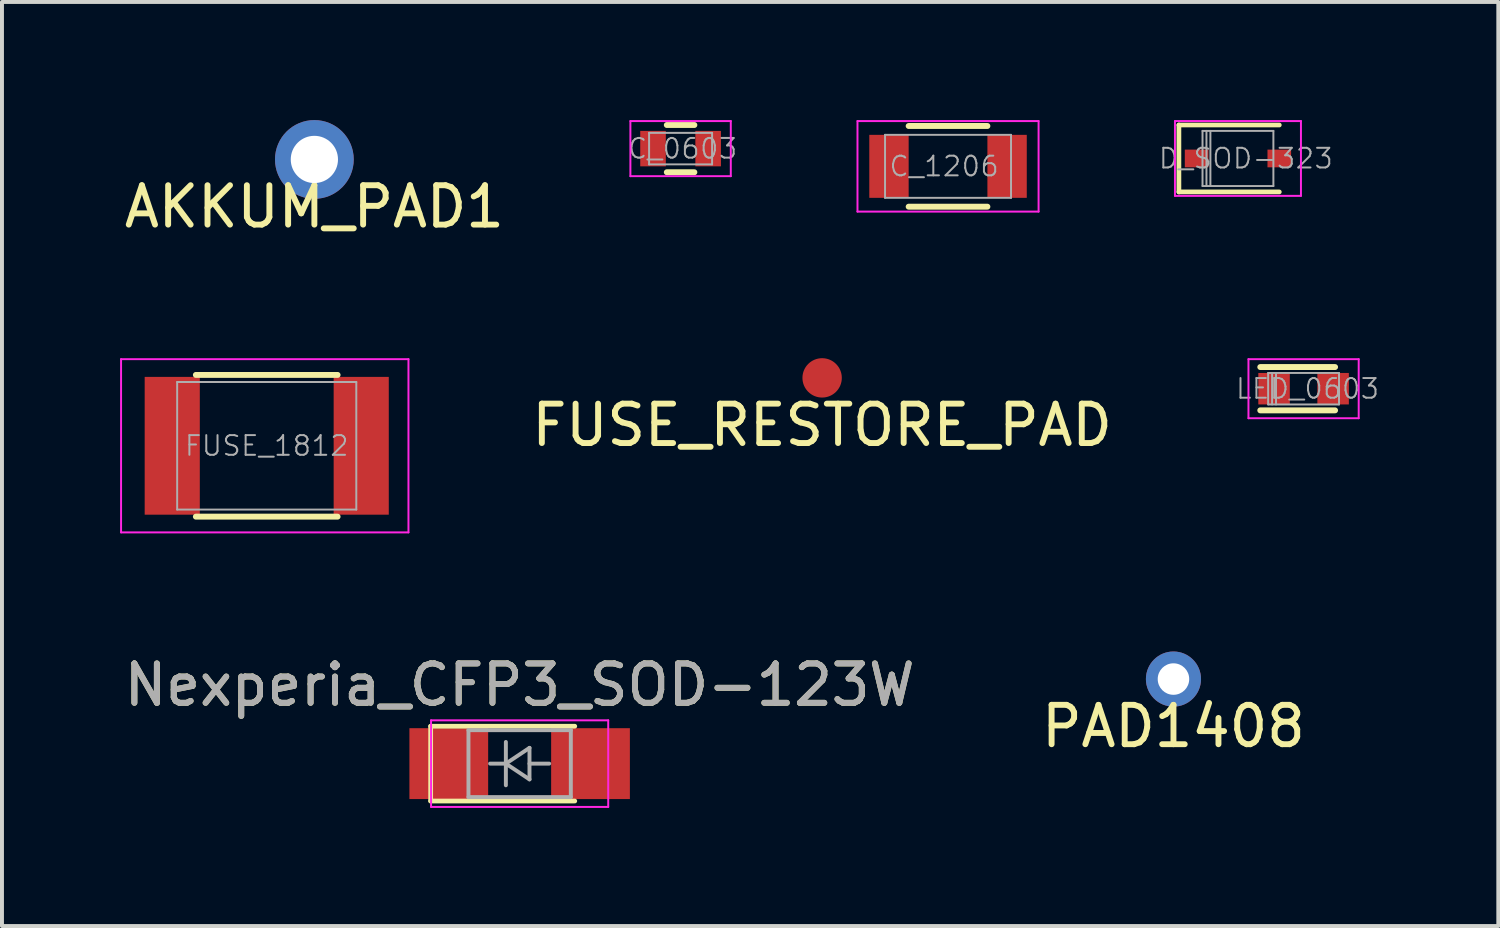
<source format=kicad_pcb>
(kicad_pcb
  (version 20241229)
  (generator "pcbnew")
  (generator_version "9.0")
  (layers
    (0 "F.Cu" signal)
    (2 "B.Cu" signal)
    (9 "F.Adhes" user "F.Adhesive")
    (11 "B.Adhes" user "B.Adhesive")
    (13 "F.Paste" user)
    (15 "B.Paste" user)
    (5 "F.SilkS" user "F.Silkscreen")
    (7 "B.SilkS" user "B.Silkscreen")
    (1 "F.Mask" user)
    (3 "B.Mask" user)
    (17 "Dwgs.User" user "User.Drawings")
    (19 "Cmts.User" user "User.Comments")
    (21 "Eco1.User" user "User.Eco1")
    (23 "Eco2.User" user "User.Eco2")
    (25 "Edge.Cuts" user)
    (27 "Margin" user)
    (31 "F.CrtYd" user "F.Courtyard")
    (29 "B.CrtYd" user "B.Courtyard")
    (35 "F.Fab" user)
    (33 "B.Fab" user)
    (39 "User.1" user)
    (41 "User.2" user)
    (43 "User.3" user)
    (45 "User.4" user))
  (footprint "FUSE_1812"
    (layer "F.Cu")
    (at 3.725 8.273)
    (property "Reference" "FUSE_1812" (at 0 0 0) (layer "F.Fab") (effects (font (size 0.5 0.5) (thickness 0.05))))
    (attr smd)
    (fp_line (start -1.8 1.8) (end 1.8 1.8) (stroke (width 0.15) (type solid)) (layer "F.SilkS"))
    (fp_line (start 1.8 -1.8) (end -1.8 -1.8) (stroke (width 0.15) (type solid)) (layer "F.SilkS"))
    (fp_line (start -3.7 -2.2) (end -3.7 2.2) (stroke (width 0.05) (type solid)) (layer "F.CrtYd"))
    (fp_line (start -3.7 -2.2) (end 3.6 -2.2) (stroke (width 0.05) (type solid)) (layer "F.CrtYd"))
    (fp_line (start -3.7 2.2) (end 3.6 2.2) (stroke (width 0.05) (type solid)) (layer "F.CrtYd"))
    (fp_line (start 3.6 -2.2) (end 3.6 2.2) (stroke (width 0.05) (type solid)) (layer "F.CrtYd"))
    (fp_line (start -2.275 -1.62) (end -2.275 1.62) (stroke (width 0.05) (type solid)) (layer "F.Fab"))
    (fp_line (start -2.275 -1.62) (end 2.275 -1.62) (stroke (width 0.05) (type solid)) (layer "F.Fab"))
    (fp_line (start -2.275 1.62) (end 2.275 1.62) (stroke (width 0.05) (type solid)) (layer "F.Fab"))
    (fp_line (start 2.275 -1.62) (end 2.275 1.62) (stroke (width 0.05) (type solid)) (layer "F.Fab"))
    (pad "1" smd rect (at -2.4 0) (size 1.4 3.5) (layers "F.Cu" "F.Mask" "F.Paste"))
    (pad "2" smd rect (at 2.4 0) (size 1.4 3.5) (layers "F.Cu" "F.Mask" "F.Paste")))
  (footprint "FUSE_RESTORE_PAD"
    (layer "F.Cu")
    (at 17.832 6.548)
    (property "Reference" "FUSE_RESTORE_PAD" (at 0 1.2 0) (layer "F.SilkS") (effects (font (size 1 1) (thickness 0.15))))
    (attr through_hole)
    (pad "1" smd circle (at 0 0) (size 1 1) (layers "F.Cu" "F.Mask")))
  (footprint "LED_0603"
    (layer "F.Cu")
    (at 30.061 6.823)
    (property "Reference" "LED_0603" (at 0.1 0 0) (layer "F.Fab") (effects (font (size 0.5 0.5) (thickness 0.05))))
    (attr smd)
    (fp_line (start -1.1 -0.55) (end 0.8 -0.55) (stroke (width 0.15) (type solid)) (layer "F.SilkS"))
    (fp_line (start -1.1 0.55) (end 0.8 0.55) (stroke (width 0.15) (type solid)) (layer "F.SilkS"))
    (fp_line (start -1.4 -0.75) (end 1.4 -0.75) (stroke (width 0.05) (type solid)) (layer "F.CrtYd"))
    (fp_line (start -1.4 0.75) (end -1.4 -0.75) (stroke (width 0.05) (type solid)) (layer "F.CrtYd"))
    (fp_line (start 1.4 -0.75) (end 1.4 0.75) (stroke (width 0.05) (type solid)) (layer "F.CrtYd"))
    (fp_line (start 1.4 0.75) (end -1.4 0.75) (stroke (width 0.05) (type solid)) (layer "F.CrtYd"))
    (fp_line (start -0.9 -0.4) (end -0.9 0.4) (stroke (width 0.05) (type solid)) (layer "F.Fab"))
    (fp_line (start -0.9 -0.4) (end 0.9 -0.4) (stroke (width 0.05) (type solid)) (layer "F.Fab"))
    (fp_line (start -0.8 0.4) (end -0.8 -0.4) (stroke (width 0.05) (type solid)) (layer "F.Fab"))
    (fp_line (start -0.7 0.4) (end -0.7 -0.4) (stroke (width 0.05) (type solid)) (layer "F.Fab"))
    (fp_line (start 0.9 -0.4) (end 0.9 0.4) (stroke (width 0.05) (type solid)) (layer "F.Fab"))
    (fp_line (start 0.9 0.4) (end -0.9 0.4) (stroke (width 0.05) (type solid)) (layer "F.Fab"))
    (pad "1" smd rect (at -0.75 0 180) (size 0.8 0.8) (layers "F.Cu" "F.Mask" "F.Paste"))
    (pad "2" smd rect (at 0.75 0 180) (size 0.8 0.8) (layers "F.Cu" "F.Mask" "F.Paste")))
  (footprint "C_0603"
    (layer "F.Cu")
    (at 14.237 0.725)
    (property "Reference" "C_0603" (at 0.05 0 0) (layer "F.Fab") (effects (font (size 0.5 0.5) (thickness 0.05))))
    (attr smd)
    (fp_line (start -0.35 -0.6) (end 0.35 -0.6) (stroke (width 0.15) (type solid)) (layer "F.SilkS"))
    (fp_line (start 0.35 0.6) (end -0.35 0.6) (stroke (width 0.15) (type solid)) (layer "F.SilkS"))
    (fp_line (start -1.275 -0.7) (end -1.275 0.7) (stroke (width 0.05) (type solid)) (layer "F.CrtYd"))
    (fp_line (start -1.275 -0.7) (end 1.275 -0.7) (stroke (width 0.05) (type solid)) (layer "F.CrtYd"))
    (fp_line (start -1.275 0.7) (end 1.275 0.7) (stroke (width 0.05) (type solid)) (layer "F.CrtYd"))
    (fp_line (start 1.275 -0.7) (end 1.275 0.7) (stroke (width 0.05) (type solid)) (layer "F.CrtYd"))
    (fp_line (start -0.8 -0.4) (end 0.8 -0.4) (stroke (width 0.05) (type solid)) (layer "F.Fab"))
    (fp_line (start -0.8 0.4) (end -0.8 -0.4) (stroke (width 0.05) (type solid)) (layer "F.Fab"))
    (fp_line (start 0.8 -0.4) (end 0.8 0.4) (stroke (width 0.05) (type solid)) (layer "F.Fab"))
    (fp_line (start 0.8 0.4) (end -0.8 0.4) (stroke (width 0.05) (type solid)) (layer "F.Fab"))
    (pad "1" smd rect (at -0.7 0) (size 0.65 0.9) (layers "F.Cu" "F.Mask" "F.Paste"))
    (pad "2" smd rect (at 0.7 0) (size 0.65 0.9) (layers "F.Cu" "F.Mask" "F.Paste")))
  (footprint "AKKUM_PAD1"
    (layer "F.Cu")
    (at 4.935 1)
    (property "Reference" "AKKUM_PAD1" (at 0 1.2 0) (layer "F.SilkS") (effects (font (size 1 1) (thickness 0.15))))
    (attr through_hole)
    (pad "1" thru_hole circle (at 0 0) (size 2 2) (drill 1.2) (layers "*.Cu" "*.Mask")))
  (footprint "D_SOD-323"
    (layer "F.Cu")
    (at 28.394 0.975)
    (property "Reference" "D_SOD-323" (at 0.2 0 0) (layer "F.Fab") (effects (font (size 0.5 0.5) (thickness 0.05))))
    (attr smd)
    (fp_line (start -1.5 -0.85) (end -1.5 0.85) (stroke (width 0.12) (type solid)) (layer "F.SilkS"))
    (fp_line (start -1.5 -0.85) (end 1.05 -0.85) (stroke (width 0.12) (type solid)) (layer "F.SilkS"))
    (fp_line (start -1.5 0.85) (end 1.05 0.85) (stroke (width 0.12) (type solid)) (layer "F.SilkS"))
    (fp_line (start -1.6 -0.95) (end -1.6 0.95) (stroke (width 0.05) (type solid)) (layer "F.CrtYd"))
    (fp_line (start -1.6 -0.95) (end 1.6 -0.95) (stroke (width 0.05) (type solid)) (layer "F.CrtYd"))
    (fp_line (start -1.6 0.95) (end 1.6 0.95) (stroke (width 0.05) (type solid)) (layer "F.CrtYd"))
    (fp_line (start 1.6 -0.95) (end 1.6 0.95) (stroke (width 0.05) (type solid)) (layer "F.CrtYd"))
    (fp_line (start -0.9 -0.7) (end 0.9 -0.7) (stroke (width 0.05) (type solid)) (layer "F.Fab"))
    (fp_line (start -0.9 0.7) (end -0.9 -0.7) (stroke (width 0.05) (type solid)) (layer "F.Fab"))
    (fp_line (start -0.8 0.7) (end -0.8 -0.7) (stroke (width 0.05) (type solid)) (layer "F.Fab"))
    (fp_line (start -0.7 0.7) (end -0.7 -0.7) (stroke (width 0.05) (type solid)) (layer "F.Fab"))
    (fp_line (start 0.9 -0.7) (end 0.9 0.7) (stroke (width 0.05) (type solid)) (layer "F.Fab"))
    (fp_line (start 0.9 0.7) (end -0.9 0.7) (stroke (width 0.05) (type solid)) (layer "F.Fab"))
    (pad "1" smd rect (at -1.05 0) (size 0.6 0.45) (layers "F.Cu" "F.Mask" "F.Paste"))
    (pad "2" smd rect (at 1.05 0) (size 0.6 0.45) (layers "F.Cu" "F.Mask" "F.Paste")))
  (footprint "Nexperia_CFP3_SOD-123W"
    (layer "F.Cu")
    (at 10.149 16.346)
    (property "Reference" "Nexperia_CFP3_SOD-123W" (at 0 -2 0) (layer "F.SilkS") (effects (font (size 1 1) (thickness 0.15))))
    (attr smd)
    (fp_line (start -2.26 -0.95) (end -2.26 0.95) (stroke (width 0.12) (type solid)) (layer "F.SilkS"))
    (fp_line (start -2.26 -0.95) (end 1.4 -0.95) (stroke (width 0.12) (type solid)) (layer "F.SilkS"))
    (fp_line (start -2.26 0.95) (end 1.4 0.95) (stroke (width 0.12) (type solid)) (layer "F.SilkS"))
    (fp_line (start -2.25 -1.1) (end -2.25 1.1) (stroke (width 0.05) (type solid)) (layer "F.CrtYd"))
    (fp_line (start -2.25 -1.1) (end 2.25 -1.1) (stroke (width 0.05) (type solid)) (layer "F.CrtYd"))
    (fp_line (start 2.25 -1.1) (end 2.25 1.1) (stroke (width 0.05) (type solid)) (layer "F.CrtYd"))
    (fp_line (start 2.25 1.1) (end -2.25 1.1) (stroke (width 0.05) (type solid)) (layer "F.CrtYd"))
    (fp_line (start -1.3 -0.85) (end 1.3 -0.85) (stroke (width 0.1) (type solid)) (layer "F.Fab"))
    (fp_line (start -1.3 0.85) (end -1.3 -0.85) (stroke (width 0.1) (type solid)) (layer "F.Fab"))
    (fp_line (start -0.75 0) (end -0.35 0) (stroke (width 0.1) (type solid)) (layer "F.Fab"))
    (fp_line (start -0.35 -0.55) (end -0.35 0.55) (stroke (width 0.1) (type solid)) (layer "F.Fab"))
    (fp_line (start -0.35 0) (end 0.25 -0.4) (stroke (width 0.1) (type solid)) (layer "F.Fab"))
    (fp_line (start -0.35 0) (end 0.25 0.4) (stroke (width 0.1) (type solid)) (layer "F.Fab"))
    (fp_line (start 0.25 -0.4) (end 0.25 0.4) (stroke (width 0.1) (type solid)) (layer "F.Fab"))
    (fp_line (start 0.75 0) (end 0.25 0) (stroke (width 0.1) (type solid)) (layer "F.Fab"))
    (fp_line (start 1.3 -0.85) (end 1.3 0.85) (stroke (width 0.1) (type solid)) (layer "F.Fab"))
    (fp_line (start 1.3 0.85) (end -1.3 0.85) (stroke (width 0.1) (type solid)) (layer "F.Fab"))
    (fp_text user "${REFERENCE}" (at 0 -2 0) (layer "F.Fab") (effects (font (size 1 1) (thickness 0.15))))
    (pad "1" smd rect (at -1.8 0) (size 2 1.8) (layers "F.Cu" "F.Mask" "F.Paste"))
    (pad "2" smd rect (at 1.8 0) (size 2 1.8) (layers "F.Cu" "F.Mask" "F.Paste")))
  (footprint "PAD1408"
    (layer "F.Cu")
    (at 26.756 14.198)
    (property "Reference" "PAD1408" (at 0 1.2 0) (layer "F.SilkS") (effects (font (size 1 1) (thickness 0.15))))
    (attr through_hole)
    (pad "1" thru_hole circle (at 0 0) (size 1.4 1.4) (drill 0.8) (layers "*.Cu" "*.Mask")))
  (footprint "C_1206"
    (layer "F.Cu")
    (at 21.03 1.175)
    (property "Reference" "C_1206" (at -0.1 0 0) (layer "F.Fab") (effects (font (size 0.5 0.5) (thickness 0.05))))
    (attr smd)
    (fp_line (start -1 1.025) (end 1 1.025) (stroke (width 0.15) (type solid)) (layer "F.SilkS"))
    (fp_line (start 1 -1.025) (end -1 -1.025) (stroke (width 0.15) (type solid)) (layer "F.SilkS"))
    (fp_line (start -2.3 -1.15) (end -2.3 1.15) (stroke (width 0.05) (type solid)) (layer "F.CrtYd"))
    (fp_line (start -2.3 -1.15) (end 2.3 -1.15) (stroke (width 0.05) (type solid)) (layer "F.CrtYd"))
    (fp_line (start -2.3 1.15) (end 2.3 1.15) (stroke (width 0.05) (type solid)) (layer "F.CrtYd"))
    (fp_line (start 2.3 -1.15) (end 2.3 1.15) (stroke (width 0.05) (type solid)) (layer "F.CrtYd"))
    (fp_line (start -1.6 -0.8) (end 1.6 -0.8) (stroke (width 0.05) (type solid)) (layer "F.Fab"))
    (fp_line (start -1.6 0.8) (end -1.6 -0.8) (stroke (width 0.05) (type solid)) (layer "F.Fab"))
    (fp_line (start 1.6 -0.8) (end 1.6 0.8) (stroke (width 0.05) (type solid)) (layer "F.Fab"))
    (fp_line (start 1.6 0.8) (end -1.6 0.8) (stroke (width 0.05) (type solid)) (layer "F.Fab"))
    (pad "1" smd rect (at -1.5 0) (size 1 1.6) (layers "F.Cu" "F.Mask" "F.Paste"))
    (pad "2" smd rect (at 1.5 0) (size 1 1.6) (layers "F.Cu" "F.Mask" "F.Paste")))
  (gr_rect
    (start -3 -3)
    (end 35.007 20.471)
    (stroke (width 0.1) (type default))
    (fill no)
    (layer "Edge.Cuts")))
</source>
